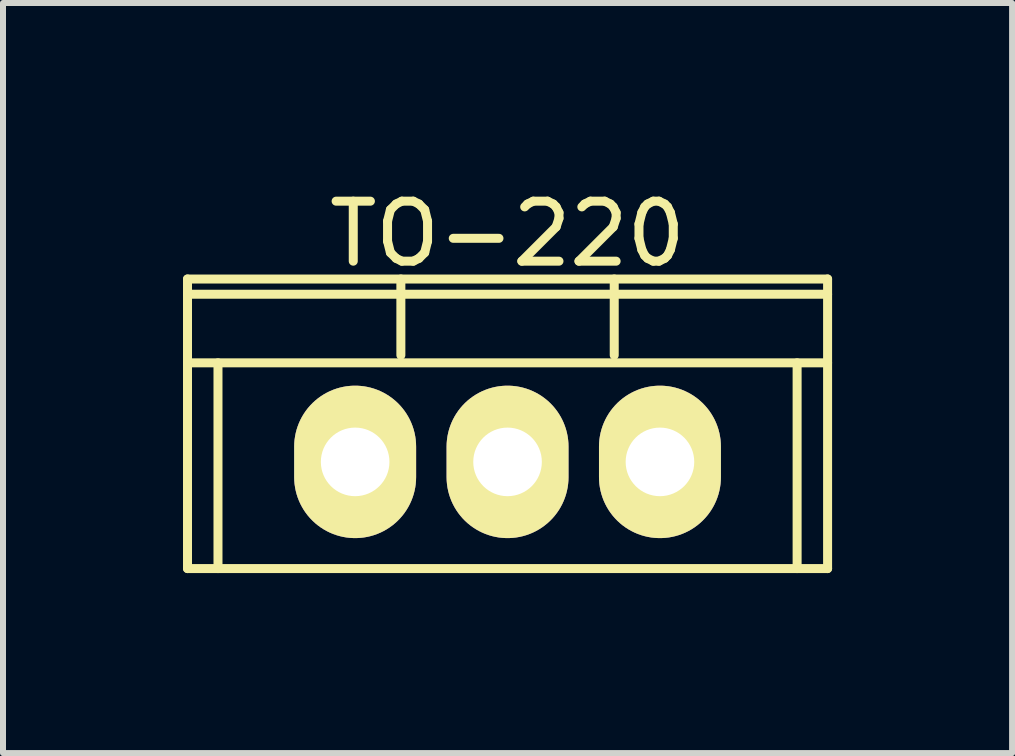
<source format=kicad_pcb>
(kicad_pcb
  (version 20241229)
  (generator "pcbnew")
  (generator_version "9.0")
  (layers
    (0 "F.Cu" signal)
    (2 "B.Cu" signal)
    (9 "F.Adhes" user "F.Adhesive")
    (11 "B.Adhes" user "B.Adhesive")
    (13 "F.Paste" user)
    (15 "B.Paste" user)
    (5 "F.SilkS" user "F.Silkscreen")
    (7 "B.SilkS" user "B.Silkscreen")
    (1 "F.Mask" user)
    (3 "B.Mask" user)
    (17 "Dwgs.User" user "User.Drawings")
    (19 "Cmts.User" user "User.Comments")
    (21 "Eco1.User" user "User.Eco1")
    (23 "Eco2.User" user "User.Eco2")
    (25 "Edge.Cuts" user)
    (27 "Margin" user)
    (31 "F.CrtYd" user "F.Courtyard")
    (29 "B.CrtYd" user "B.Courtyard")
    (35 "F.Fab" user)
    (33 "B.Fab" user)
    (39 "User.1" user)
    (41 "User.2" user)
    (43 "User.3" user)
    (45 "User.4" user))
  (footprint "TO-220"
    (layer "F.Cu")
    (at 5.409 4.648)
    (property "Reference" "TO-220" (at 0 -3.8 0) (layer "F.SilkS") (effects (font (size 1 1) (thickness 0.15))))
    (attr through_hole)
    (fp_line (start -5.334 -3.048) (end -5.334 1.778) (stroke (width 0.15) (type solid)) (layer "F.SilkS"))
    (fp_line (start -5.334 -1.651) (end 5.334 -1.651) (stroke (width 0.15) (type solid)) (layer "F.SilkS"))
    (fp_line (start -4.826 -1.651) (end -4.826 1.778) (stroke (width 0.15) (type solid)) (layer "F.SilkS"))
    (fp_line (start -1.778 -1.778) (end -1.778 -3.048) (stroke (width 0.15) (type solid)) (layer "F.SilkS"))
    (fp_line (start 1.778 -1.778) (end 1.778 -3.048) (stroke (width 0.15) (type solid)) (layer "F.SilkS"))
    (fp_line (start 4.826 -1.651) (end 4.826 1.778) (stroke (width 0.15) (type solid)) (layer "F.SilkS"))
    (fp_line (start 5.334 -3.048) (end -5.334 -3.048) (stroke (width 0.15) (type solid)) (layer "F.SilkS"))
    (fp_line (start 5.334 -3.048) (end 5.334 1.778) (stroke (width 0.15) (type solid)) (layer "F.SilkS"))
    (fp_line (start 5.334 -2.794) (end -5.334 -2.794) (stroke (width 0.15) (type solid)) (layer "F.SilkS"))
    (fp_line (start 5.334 1.778) (end -5.334 1.778) (stroke (width 0.15) (type solid)) (layer "F.SilkS"))
    (pad "1" thru_hole oval (at -2.54 0) (size 2.032 2.54) (drill 1.143) (layers "*.Cu" "*.Mask" "F.SilkS"))
    (pad "2" thru_hole oval (at 0 0) (size 2.032 2.54) (drill 1.143) (layers "*.Cu" "*.Mask" "F.SilkS"))
    (pad "3" thru_hole oval (at 2.54 0) (size 2.032 2.54) (drill 1.143) (layers "*.Cu" "*.Mask" "F.SilkS")))
  (gr_rect
    (start -3 -3)
    (end 13.818 9.501)
    (stroke (width 0.1) (type default))
    (fill no)
    (layer "Edge.Cuts")))
</source>
